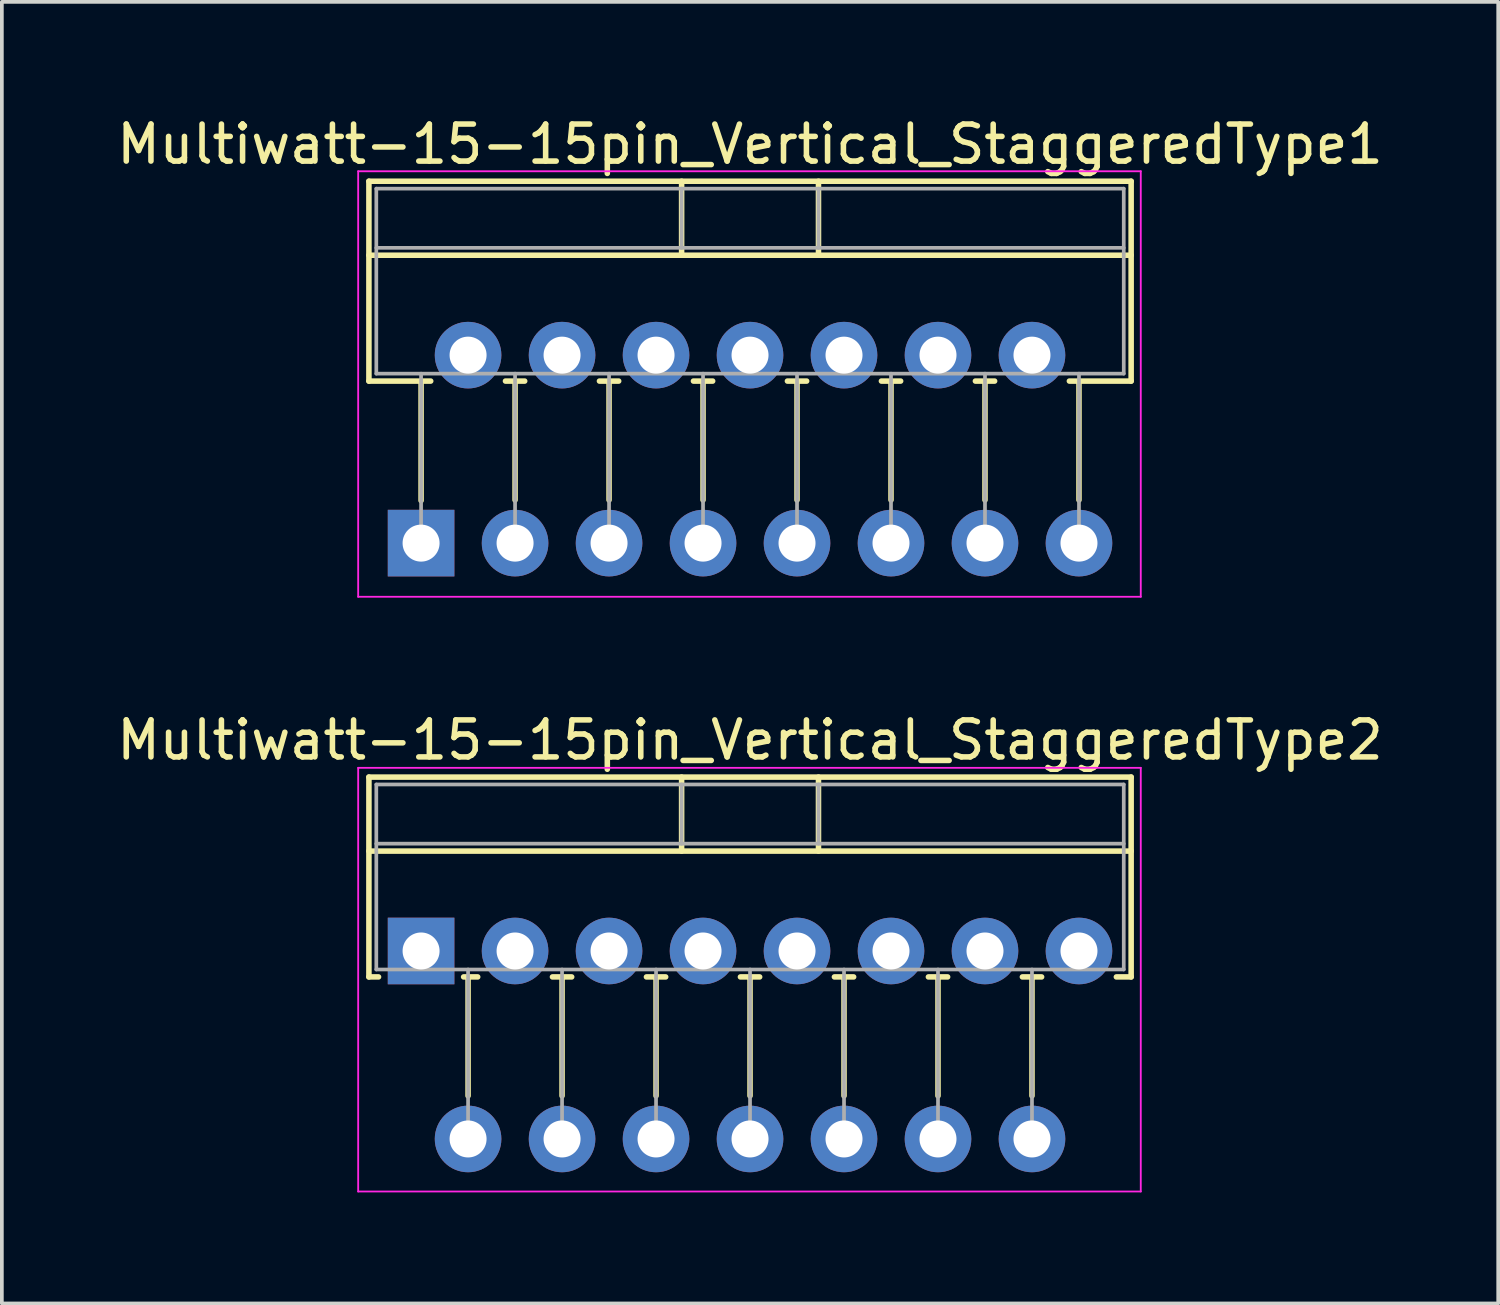
<source format=kicad_pcb>
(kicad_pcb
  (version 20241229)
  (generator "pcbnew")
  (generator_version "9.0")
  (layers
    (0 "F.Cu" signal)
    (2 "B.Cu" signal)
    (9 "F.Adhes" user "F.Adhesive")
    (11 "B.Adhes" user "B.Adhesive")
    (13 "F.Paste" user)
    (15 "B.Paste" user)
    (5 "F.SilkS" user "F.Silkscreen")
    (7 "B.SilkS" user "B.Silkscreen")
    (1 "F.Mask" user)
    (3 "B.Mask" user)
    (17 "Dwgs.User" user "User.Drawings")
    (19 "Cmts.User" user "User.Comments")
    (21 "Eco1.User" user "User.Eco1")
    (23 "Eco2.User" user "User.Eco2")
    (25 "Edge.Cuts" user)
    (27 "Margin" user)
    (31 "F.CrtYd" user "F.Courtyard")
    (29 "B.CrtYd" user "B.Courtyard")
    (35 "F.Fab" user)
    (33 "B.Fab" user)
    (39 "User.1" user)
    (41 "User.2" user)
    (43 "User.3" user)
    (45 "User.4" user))
  (footprint "Multiwatt-15-15pin_Vertical_StaggeredType2"
    (layer "F.Cu")
    (at 8.33 22.651)
    (property "Reference" "Multiwatt-15-15pin_Vertical_StaggeredType2" (at 8.89 -5.7 0) (layer "F.SilkS") (effects (font (size 1 1) (thickness 0.15))))
    (attr through_hole)
    (fp_line (start -1.41 -4.7) (end -1.41 0.701) (stroke (width 0.15) (type solid)) (layer "F.SilkS"))
    (fp_line (start -1.41 -4.7) (end 19.19 -4.7) (stroke (width 0.15) (type solid)) (layer "F.SilkS"))
    (fp_line (start -1.41 -2.7) (end 19.19 -2.7) (stroke (width 0.15) (type solid)) (layer "F.SilkS"))
    (fp_line (start -1.41 0.701) (end -1.15 0.701) (stroke (width 0.15) (type solid)) (layer "F.SilkS"))
    (fp_line (start 1.15 0.701) (end 1.53 0.701) (stroke (width 0.15) (type solid)) (layer "F.SilkS"))
    (fp_line (start 1.27 0.701) (end 1.27 3.915) (stroke (width 0.15) (type solid)) (layer "F.SilkS"))
    (fp_line (start 3.551 0.701) (end 4.07 0.701) (stroke (width 0.15) (type solid)) (layer "F.SilkS"))
    (fp_line (start 3.81 0.701) (end 3.81 3.915) (stroke (width 0.15) (type solid)) (layer "F.SilkS"))
    (fp_line (start 6.091 0.701) (end 6.61 0.701) (stroke (width 0.15) (type solid)) (layer "F.SilkS"))
    (fp_line (start 6.35 0.701) (end 6.35 3.915) (stroke (width 0.15) (type solid)) (layer "F.SilkS"))
    (fp_line (start 7.041 -4.7) (end 7.041 -2.7) (stroke (width 0.15) (type solid)) (layer "F.SilkS"))
    (fp_line (start 8.631 0.701) (end 9.15 0.701) (stroke (width 0.15) (type solid)) (layer "F.SilkS"))
    (fp_line (start 8.89 0.701) (end 8.89 3.915) (stroke (width 0.15) (type solid)) (layer "F.SilkS"))
    (fp_line (start 10.74 -4.7) (end 10.74 -2.7) (stroke (width 0.15) (type solid)) (layer "F.SilkS"))
    (fp_line (start 11.171 0.701) (end 11.69 0.701) (stroke (width 0.15) (type solid)) (layer "F.SilkS"))
    (fp_line (start 11.43 0.701) (end 11.43 3.915) (stroke (width 0.15) (type solid)) (layer "F.SilkS"))
    (fp_line (start 13.711 0.701) (end 14.23 0.701) (stroke (width 0.15) (type solid)) (layer "F.SilkS"))
    (fp_line (start 13.97 0.701) (end 13.97 3.915) (stroke (width 0.15) (type solid)) (layer "F.SilkS"))
    (fp_line (start 16.251 0.701) (end 16.77 0.701) (stroke (width 0.15) (type solid)) (layer "F.SilkS"))
    (fp_line (start 16.51 0.701) (end 16.51 3.915) (stroke (width 0.15) (type solid)) (layer "F.SilkS"))
    (fp_line (start 18.791 0.701) (end 19.19 0.701) (stroke (width 0.15) (type solid)) (layer "F.SilkS"))
    (fp_line (start 19.19 -4.7) (end 19.19 0.701) (stroke (width 0.15) (type solid)) (layer "F.SilkS"))
    (fp_line (start -1.7 -4.95) (end -1.7 6.5) (stroke (width 0.05) (type solid)) (layer "F.CrtYd"))
    (fp_line (start -1.7 6.5) (end 19.45 6.5) (stroke (width 0.05) (type solid)) (layer "F.CrtYd"))
    (fp_line (start 19.45 -4.95) (end -1.7 -4.95) (stroke (width 0.05) (type solid)) (layer "F.CrtYd"))
    (fp_line (start 19.45 6.5) (end 19.45 -4.95) (stroke (width 0.05) (type solid)) (layer "F.CrtYd"))
    (fp_line (start -1.21 -4.5) (end -1.21 0.5) (stroke (width 0.1) (type solid)) (layer "F.Fab"))
    (fp_line (start -1.21 -2.9) (end 18.99 -2.9) (stroke (width 0.1) (type solid)) (layer "F.Fab"))
    (fp_line (start -1.21 0.5) (end 18.99 0.5) (stroke (width 0.1) (type solid)) (layer "F.Fab"))
    (fp_line (start 1.27 0.5) (end 1.27 5.08) (stroke (width 0.1) (type solid)) (layer "F.Fab"))
    (fp_line (start 3.81 0.5) (end 3.81 5.08) (stroke (width 0.1) (type solid)) (layer "F.Fab"))
    (fp_line (start 6.35 0.5) (end 6.35 5.08) (stroke (width 0.1) (type solid)) (layer "F.Fab"))
    (fp_line (start 7.04 -4.5) (end 7.04 -2.9) (stroke (width 0.1) (type solid)) (layer "F.Fab"))
    (fp_line (start 8.89 0.5) (end 8.89 5.08) (stroke (width 0.1) (type solid)) (layer "F.Fab"))
    (fp_line (start 10.74 -4.5) (end 10.74 -2.9) (stroke (width 0.1) (type solid)) (layer "F.Fab"))
    (fp_line (start 11.43 0.5) (end 11.43 5.08) (stroke (width 0.1) (type solid)) (layer "F.Fab"))
    (fp_line (start 13.97 0.5) (end 13.97 5.08) (stroke (width 0.1) (type solid)) (layer "F.Fab"))
    (fp_line (start 16.51 0.5) (end 16.51 5.08) (stroke (width 0.1) (type solid)) (layer "F.Fab"))
    (fp_line (start 18.99 -4.5) (end -1.21 -4.5) (stroke (width 0.1) (type solid)) (layer "F.Fab"))
    (fp_line (start 18.99 0.5) (end 18.99 -4.5) (stroke (width 0.1) (type solid)) (layer "F.Fab"))
    (pad "1" thru_hole rect (at 0 0) (size 1.8 1.8) (drill 1) (layers "*.Cu" "*.Mask"))
    (pad "2" thru_hole oval (at 1.27 5.08) (size 1.8 1.8) (drill 1) (layers "*.Cu" "*.Mask"))
    (pad "3" thru_hole oval (at 2.54 0) (size 1.8 1.8) (drill 1) (layers "*.Cu" "*.Mask"))
    (pad "4" thru_hole oval (at 3.81 5.08) (size 1.8 1.8) (drill 1) (layers "*.Cu" "*.Mask"))
    (pad "5" thru_hole oval (at 5.08 0) (size 1.8 1.8) (drill 1) (layers "*.Cu" "*.Mask"))
    (pad "6" thru_hole oval (at 6.35 5.08) (size 1.8 1.8) (drill 1) (layers "*.Cu" "*.Mask"))
    (pad "7" thru_hole oval (at 7.62 0) (size 1.8 1.8) (drill 1) (layers "*.Cu" "*.Mask"))
    (pad "8" thru_hole oval (at 8.89 5.08) (size 1.8 1.8) (drill 1) (layers "*.Cu" "*.Mask"))
    (pad "9" thru_hole oval (at 10.16 0) (size 1.8 1.8) (drill 1) (layers "*.Cu" "*.Mask"))
    (pad "10" thru_hole oval (at 11.43 5.08) (size 1.8 1.8) (drill 1) (layers "*.Cu" "*.Mask"))
    (pad "11" thru_hole oval (at 12.7 0) (size 1.8 1.8) (drill 1) (layers "*.Cu" "*.Mask"))
    (pad "12" thru_hole oval (at 13.97 5.08) (size 1.8 1.8) (drill 1) (layers "*.Cu" "*.Mask"))
    (pad "13" thru_hole oval (at 15.24 0) (size 1.8 1.8) (drill 1) (layers "*.Cu" "*.Mask"))
    (pad "14" thru_hole oval (at 16.51 5.08) (size 1.8 1.8) (drill 1) (layers "*.Cu" "*.Mask"))
    (pad "15" thru_hole oval (at 17.78 0) (size 1.8 1.8) (drill 1) (layers "*.Cu" "*.Mask")))
  (footprint "Multiwatt-15-15pin_Vertical_StaggeredType1"
    (layer "F.Cu")
    (at 8.33 11.628)
    (property "Reference" "Multiwatt-15-15pin_Vertical_StaggeredType1" (at 8.89 -10.78 0) (layer "F.SilkS") (effects (font (size 1 1) (thickness 0.15))))
    (attr through_hole)
    (fp_line (start -1.41 -9.78) (end -1.41 -4.379) (stroke (width 0.15) (type solid)) (layer "F.SilkS"))
    (fp_line (start -1.41 -9.78) (end 19.19 -9.78) (stroke (width 0.15) (type solid)) (layer "F.SilkS"))
    (fp_line (start -1.41 -7.78) (end 19.19 -7.78) (stroke (width 0.15) (type solid)) (layer "F.SilkS"))
    (fp_line (start -1.41 -4.379) (end 0.26 -4.379) (stroke (width 0.15) (type solid)) (layer "F.SilkS"))
    (fp_line (start 0 -4.379) (end 0 -1.15) (stroke (width 0.15) (type solid)) (layer "F.SilkS"))
    (fp_line (start 2.281 -4.379) (end 2.8 -4.379) (stroke (width 0.15) (type solid)) (layer "F.SilkS"))
    (fp_line (start 2.54 -4.379) (end 2.54 -1.165) (stroke (width 0.15) (type solid)) (layer "F.SilkS"))
    (fp_line (start 4.821 -4.379) (end 5.34 -4.379) (stroke (width 0.15) (type solid)) (layer "F.SilkS"))
    (fp_line (start 5.08 -4.379) (end 5.08 -1.165) (stroke (width 0.15) (type solid)) (layer "F.SilkS"))
    (fp_line (start 7.041 -9.78) (end 7.041 -7.78) (stroke (width 0.15) (type solid)) (layer "F.SilkS"))
    (fp_line (start 7.361 -4.379) (end 7.88 -4.379) (stroke (width 0.15) (type solid)) (layer "F.SilkS"))
    (fp_line (start 7.62 -4.379) (end 7.62 -1.165) (stroke (width 0.15) (type solid)) (layer "F.SilkS"))
    (fp_line (start 9.901 -4.379) (end 10.42 -4.379) (stroke (width 0.15) (type solid)) (layer "F.SilkS"))
    (fp_line (start 10.16 -4.379) (end 10.16 -1.165) (stroke (width 0.15) (type solid)) (layer "F.SilkS"))
    (fp_line (start 10.74 -9.78) (end 10.74 -7.78) (stroke (width 0.15) (type solid)) (layer "F.SilkS"))
    (fp_line (start 12.441 -4.379) (end 12.96 -4.379) (stroke (width 0.15) (type solid)) (layer "F.SilkS"))
    (fp_line (start 12.7 -4.379) (end 12.7 -1.165) (stroke (width 0.15) (type solid)) (layer "F.SilkS"))
    (fp_line (start 14.981 -4.379) (end 15.5 -4.379) (stroke (width 0.15) (type solid)) (layer "F.SilkS"))
    (fp_line (start 15.24 -4.379) (end 15.24 -1.165) (stroke (width 0.15) (type solid)) (layer "F.SilkS"))
    (fp_line (start 17.521 -4.379) (end 19.19 -4.379) (stroke (width 0.15) (type solid)) (layer "F.SilkS"))
    (fp_line (start 17.78 -4.379) (end 17.78 -1.165) (stroke (width 0.15) (type solid)) (layer "F.SilkS"))
    (fp_line (start 19.19 -9.78) (end 19.19 -4.379) (stroke (width 0.15) (type solid)) (layer "F.SilkS"))
    (fp_line (start -1.7 -10.05) (end -1.7 1.45) (stroke (width 0.05) (type solid)) (layer "F.CrtYd"))
    (fp_line (start -1.7 1.45) (end 19.45 1.45) (stroke (width 0.05) (type solid)) (layer "F.CrtYd"))
    (fp_line (start 19.45 -10.05) (end -1.7 -10.05) (stroke (width 0.05) (type solid)) (layer "F.CrtYd"))
    (fp_line (start 19.45 1.45) (end 19.45 -10.05) (stroke (width 0.05) (type solid)) (layer "F.CrtYd"))
    (fp_line (start -1.21 -9.58) (end -1.21 -4.58) (stroke (width 0.1) (type solid)) (layer "F.Fab"))
    (fp_line (start -1.21 -7.98) (end 18.99 -7.98) (stroke (width 0.1) (type solid)) (layer "F.Fab"))
    (fp_line (start -1.21 -4.58) (end 18.99 -4.58) (stroke (width 0.1) (type solid)) (layer "F.Fab"))
    (fp_line (start 0 -4.58) (end 0 0) (stroke (width 0.1) (type solid)) (layer "F.Fab"))
    (fp_line (start 2.54 -4.58) (end 2.54 0) (stroke (width 0.1) (type solid)) (layer "F.Fab"))
    (fp_line (start 5.08 -4.58) (end 5.08 0) (stroke (width 0.1) (type solid)) (layer "F.Fab"))
    (fp_line (start 7.04 -9.58) (end 7.04 -7.98) (stroke (width 0.1) (type solid)) (layer "F.Fab"))
    (fp_line (start 7.62 -4.58) (end 7.62 0) (stroke (width 0.1) (type solid)) (layer "F.Fab"))
    (fp_line (start 10.16 -4.58) (end 10.16 0) (stroke (width 0.1) (type solid)) (layer "F.Fab"))
    (fp_line (start 10.74 -9.58) (end 10.74 -7.98) (stroke (width 0.1) (type solid)) (layer "F.Fab"))
    (fp_line (start 12.7 -4.58) (end 12.7 0) (stroke (width 0.1) (type solid)) (layer "F.Fab"))
    (fp_line (start 15.24 -4.58) (end 15.24 0) (stroke (width 0.1) (type solid)) (layer "F.Fab"))
    (fp_line (start 17.78 -4.58) (end 17.78 0) (stroke (width 0.1) (type solid)) (layer "F.Fab"))
    (fp_line (start 18.99 -9.58) (end -1.21 -9.58) (stroke (width 0.1) (type solid)) (layer "F.Fab"))
    (fp_line (start 18.99 -4.58) (end 18.99 -9.58) (stroke (width 0.1) (type solid)) (layer "F.Fab"))
    (pad "1" thru_hole rect (at 0 0) (size 1.8 1.8) (drill 1) (layers "*.Cu" "*.Mask"))
    (pad "2" thru_hole oval (at 1.27 -5.08) (size 1.8 1.8) (drill 1) (layers "*.Cu" "*.Mask"))
    (pad "3" thru_hole oval (at 2.54 0) (size 1.8 1.8) (drill 1) (layers "*.Cu" "*.Mask"))
    (pad "4" thru_hole oval (at 3.81 -5.08) (size 1.8 1.8) (drill 1) (layers "*.Cu" "*.Mask"))
    (pad "5" thru_hole oval (at 5.08 0) (size 1.8 1.8) (drill 1) (layers "*.Cu" "*.Mask"))
    (pad "6" thru_hole oval (at 6.35 -5.08) (size 1.8 1.8) (drill 1) (layers "*.Cu" "*.Mask"))
    (pad "7" thru_hole oval (at 7.62 0) (size 1.8 1.8) (drill 1) (layers "*.Cu" "*.Mask"))
    (pad "8" thru_hole oval (at 8.89 -5.08) (size 1.8 1.8) (drill 1) (layers "*.Cu" "*.Mask"))
    (pad "9" thru_hole oval (at 10.16 0) (size 1.8 1.8) (drill 1) (layers "*.Cu" "*.Mask"))
    (pad "10" thru_hole oval (at 11.43 -5.08) (size 1.8 1.8) (drill 1) (layers "*.Cu" "*.Mask"))
    (pad "11" thru_hole oval (at 12.7 0) (size 1.8 1.8) (drill 1) (layers "*.Cu" "*.Mask"))
    (pad "12" thru_hole oval (at 13.97 -5.08) (size 1.8 1.8) (drill 1) (layers "*.Cu" "*.Mask"))
    (pad "13" thru_hole oval (at 15.24 0) (size 1.8 1.8) (drill 1) (layers "*.Cu" "*.Mask"))
    (pad "14" thru_hole oval (at 16.51 -5.08) (size 1.8 1.8) (drill 1) (layers "*.Cu" "*.Mask"))
    (pad "15" thru_hole oval (at 17.78 0) (size 1.8 1.8) (drill 1) (layers "*.Cu" "*.Mask")))
  (gr_rect
    (start -3 -3)
    (end 37.44 32.176)
    (stroke (width 0.1) (type default))
    (fill no)
    (layer "Edge.Cuts")))
</source>
